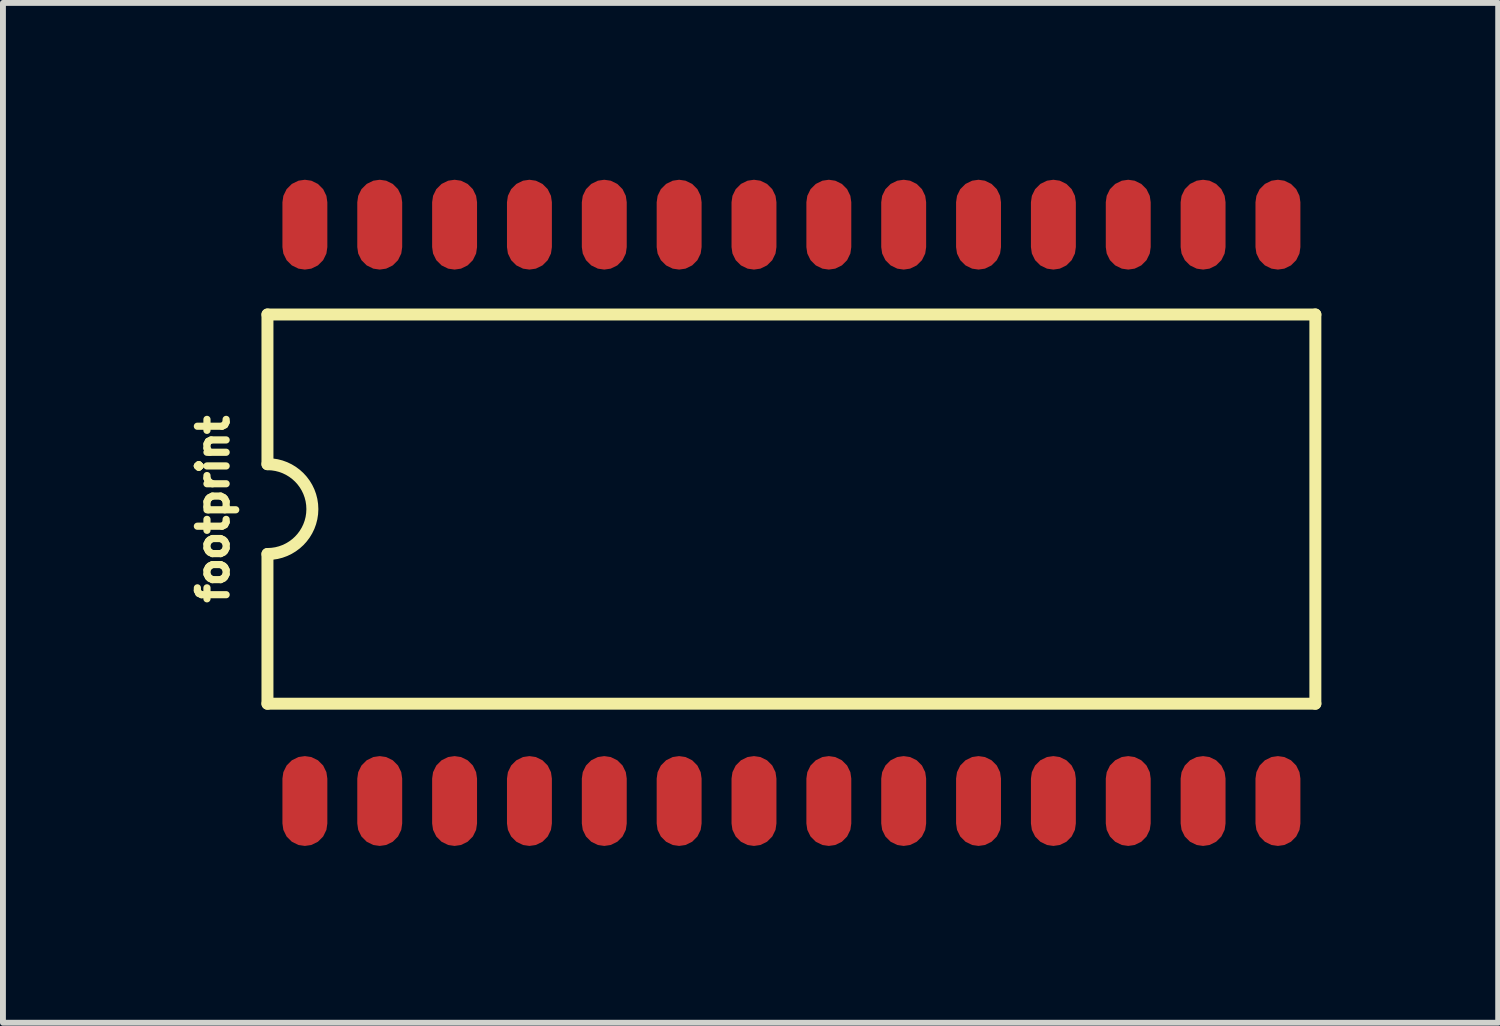
<source format=kicad_pcb>
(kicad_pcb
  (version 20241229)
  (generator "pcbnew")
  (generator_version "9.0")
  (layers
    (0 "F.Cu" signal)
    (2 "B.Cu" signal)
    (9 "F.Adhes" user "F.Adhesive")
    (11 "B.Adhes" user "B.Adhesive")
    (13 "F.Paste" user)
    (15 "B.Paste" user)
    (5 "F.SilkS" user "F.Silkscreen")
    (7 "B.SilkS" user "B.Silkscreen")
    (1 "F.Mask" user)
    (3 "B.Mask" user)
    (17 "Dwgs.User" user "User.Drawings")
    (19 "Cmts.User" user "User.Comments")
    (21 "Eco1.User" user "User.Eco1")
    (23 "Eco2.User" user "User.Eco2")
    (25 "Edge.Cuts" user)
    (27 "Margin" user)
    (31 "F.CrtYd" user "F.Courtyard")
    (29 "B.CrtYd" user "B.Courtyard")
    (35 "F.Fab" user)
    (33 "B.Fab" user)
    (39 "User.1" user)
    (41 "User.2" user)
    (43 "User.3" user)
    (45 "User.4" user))
  (footprint "footprint"
    (layer "F.Cu")
    (at 10.378 5.588)
    (property "Reference" "footprint" (at -9.525 0 90) (layer "F.SilkS") (effects (font (size 0.488 0.488) (thickness 0.122)) (justify bottom)))
    (fp_line (start -8.89 -0.762) (end -8.89 -3.302) (stroke (width 0.203) (type solid)) (layer "F.SilkS"))
    (fp_line (start -8.89 0.762) (end -8.89 3.302) (stroke (width 0.203) (type solid)) (layer "F.SilkS"))
    (fp_line (start -8.89 3.302) (end 8.89 3.302) (stroke (width 0.203) (type solid)) (layer "F.SilkS"))
    (fp_line (start 8.89 -3.302) (end -8.89 -3.302) (stroke (width 0.203) (type solid)) (layer "F.SilkS"))
    (fp_line (start 8.89 3.302) (end 8.89 -3.302) (stroke (width 0.203) (type solid)) (layer "F.SilkS"))
    (fp_arc (start -8.89 -0.762) (mid -8.128 0) (end -8.89 0.762) (stroke (width 0.2032) (type solid)) (layer "F.SilkS"))
    (pad "1" smd roundrect (at -8.255 4.953) (size 0.762 1.524) (layers "F.Cu" "F.Mask" "F.Paste") (roundrect_rratio 0.5))
    (pad "2" smd roundrect (at -6.985 4.953) (size 0.762 1.524) (layers "F.Cu" "F.Mask" "F.Paste") (roundrect_rratio 0.5))
    (pad "3" smd roundrect (at -5.715 4.953) (size 0.762 1.524) (layers "F.Cu" "F.Mask" "F.Paste") (roundrect_rratio 0.5))
    (pad "4" smd roundrect (at -4.445 4.953) (size 0.762 1.524) (layers "F.Cu" "F.Mask" "F.Paste") (roundrect_rratio 0.5))
    (pad "5" smd roundrect (at -3.175 4.953) (size 0.762 1.524) (layers "F.Cu" "F.Mask" "F.Paste") (roundrect_rratio 0.5))
    (pad "6" smd roundrect (at -1.905 4.953) (size 0.762 1.524) (layers "F.Cu" "F.Mask" "F.Paste") (roundrect_rratio 0.5))
    (pad "7" smd roundrect (at -0.635 4.953) (size 0.762 1.524) (layers "F.Cu" "F.Mask" "F.Paste") (roundrect_rratio 0.5))
    (pad "8" smd roundrect (at 0.635 4.953) (size 0.762 1.524) (layers "F.Cu" "F.Mask" "F.Paste") (roundrect_rratio 0.5))
    (pad "9" smd roundrect (at 1.905 4.953) (size 0.762 1.524) (layers "F.Cu" "F.Mask" "F.Paste") (roundrect_rratio 0.5))
    (pad "10" smd roundrect (at 3.175 4.953) (size 0.762 1.524) (layers "F.Cu" "F.Mask" "F.Paste") (roundrect_rratio 0.5))
    (pad "11" smd roundrect (at 4.445 4.953) (size 0.762 1.524) (layers "F.Cu" "F.Mask" "F.Paste") (roundrect_rratio 0.5))
    (pad "12" smd roundrect (at 5.715 4.953) (size 0.762 1.524) (layers "F.Cu" "F.Mask" "F.Paste") (roundrect_rratio 0.5))
    (pad "13" smd roundrect (at 6.985 4.953) (size 0.762 1.524) (layers "F.Cu" "F.Mask" "F.Paste") (roundrect_rratio 0.5))
    (pad "14" smd roundrect (at 8.255 4.953) (size 0.762 1.524) (layers "F.Cu" "F.Mask" "F.Paste") (roundrect_rratio 0.5))
    (pad "15" smd roundrect (at 8.255 -4.826) (size 0.762 1.524) (layers "F.Cu" "F.Mask" "F.Paste") (roundrect_rratio 0.5))
    (pad "16" smd roundrect (at 6.985 -4.826) (size 0.762 1.524) (layers "F.Cu" "F.Mask" "F.Paste") (roundrect_rratio 0.5))
    (pad "17" smd roundrect (at 5.715 -4.826) (size 0.762 1.524) (layers "F.Cu" "F.Mask" "F.Paste") (roundrect_rratio 0.5))
    (pad "18" smd roundrect (at 4.445 -4.826) (size 0.762 1.524) (layers "F.Cu" "F.Mask" "F.Paste") (roundrect_rratio 0.5))
    (pad "19" smd roundrect (at 3.175 -4.826) (size 0.762 1.524) (layers "F.Cu" "F.Mask" "F.Paste") (roundrect_rratio 0.5))
    (pad "20" smd roundrect (at 1.905 -4.826) (size 0.762 1.524) (layers "F.Cu" "F.Mask" "F.Paste") (roundrect_rratio 0.5))
    (pad "21" smd roundrect (at 0.635 -4.826) (size 0.762 1.524) (layers "F.Cu" "F.Mask" "F.Paste") (roundrect_rratio 0.5))
    (pad "22" smd roundrect (at -0.635 -4.826) (size 0.762 1.524) (layers "F.Cu" "F.Mask" "F.Paste") (roundrect_rratio 0.5))
    (pad "23" smd roundrect (at -1.905 -4.826) (size 0.762 1.524) (layers "F.Cu" "F.Mask" "F.Paste") (roundrect_rratio 0.5))
    (pad "24" smd roundrect (at -3.175 -4.826) (size 0.762 1.524) (layers "F.Cu" "F.Mask" "F.Paste") (roundrect_rratio 0.5))
    (pad "25" smd roundrect (at -4.445 -4.826) (size 0.762 1.524) (layers "F.Cu" "F.Mask" "F.Paste") (roundrect_rratio 0.5))
    (pad "26" smd roundrect (at -5.715 -4.826) (size 0.762 1.524) (layers "F.Cu" "F.Mask" "F.Paste") (roundrect_rratio 0.5))
    (pad "27" smd roundrect (at -6.985 -4.826) (size 0.762 1.524) (layers "F.Cu" "F.Mask" "F.Paste") (roundrect_rratio 0.5))
    (pad "28" smd roundrect (at -8.255 -4.826) (size 0.762 1.524) (layers "F.Cu" "F.Mask" "F.Paste") (roundrect_rratio 0.5)))
  (gr_rect
    (start -3 -3)
    (end 22.37 14.303)
    (stroke (width 0.1) (type default))
    (fill no)
    (layer "Edge.Cuts")))
</source>
